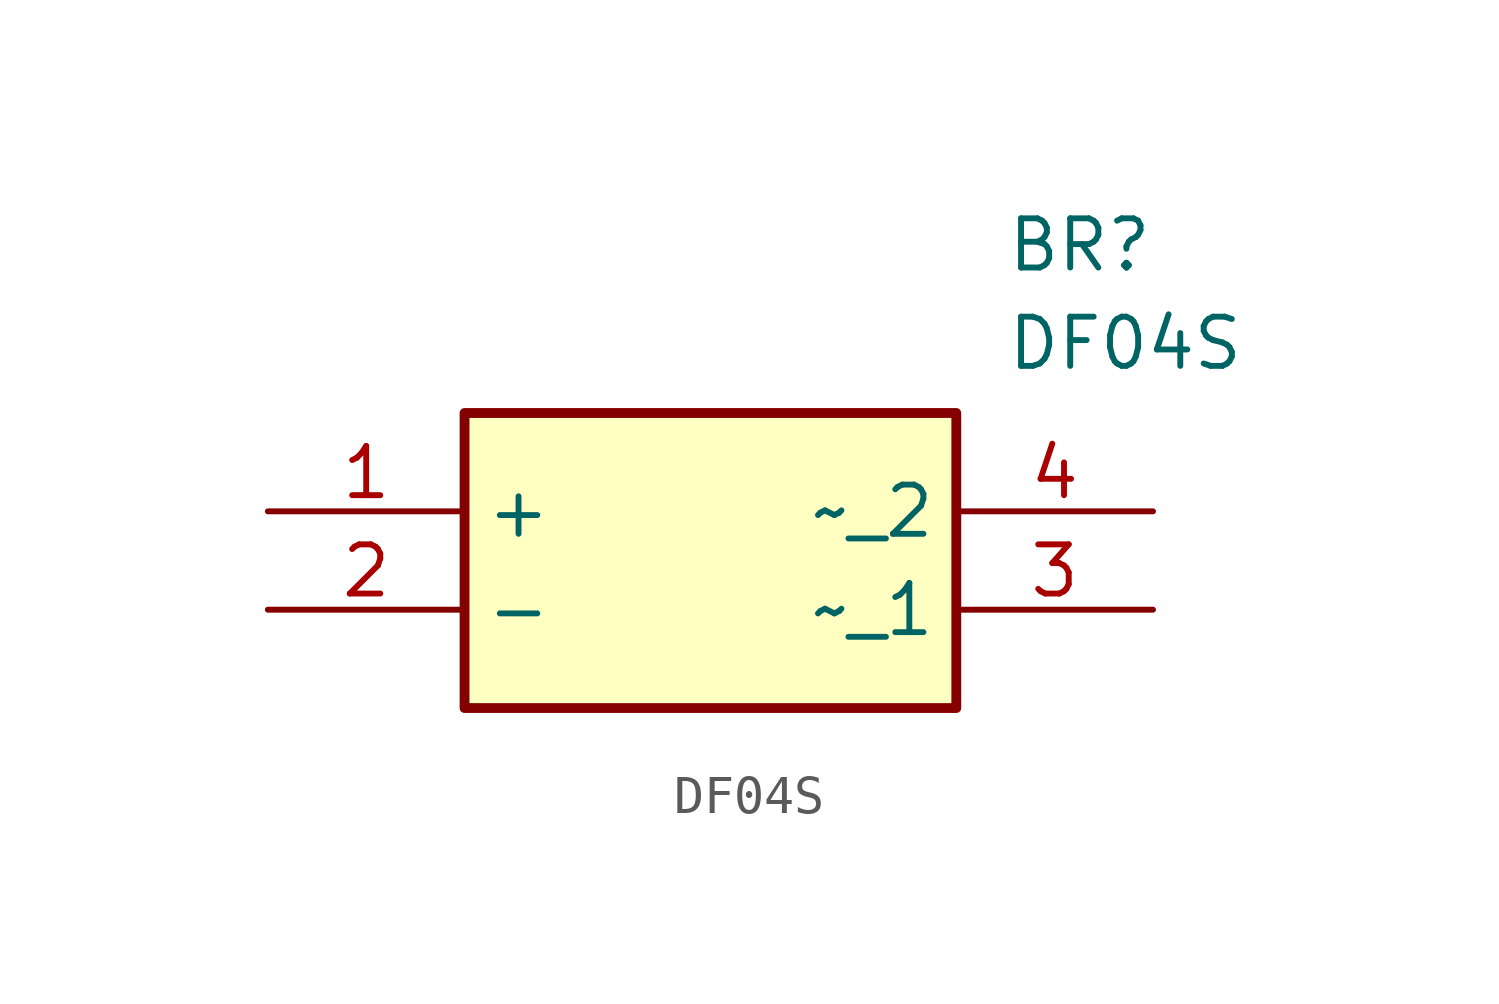
<source format=kicad_sym>
(kicad_symbol_lib
  (version 20231120)
  (generator "kicad_symbol_editor")
  (generator_version "8.0")
  (symbol "DF04S"
    (property "Reference" "BR"
      (at 19.05 7.62 0)
      (effects (font (size 1.27 1.27)) (justify left top)))
    (property "Value" "DF04S"
      (at 19.05 5.08 0)
      (effects (font (size 1.27 1.27)) (justify left top)))
    (symbol "DF04S_1_1"
      (rectangle (start 5.08 2.54) (end 17.78 -5.08) (stroke (width 0.254) (type default)) (fill (type background)))
      (pin passive line (at 0 0 0) (length 5.08) (name "+" (effects (font (size 1.27 1.27)))) (number "1" (effects (font (size 1.27 1.27)))))
      (pin passive line (at 0 -2.54 0) (length 5.08) (name "-" (effects (font (size 1.27 1.27)))) (number "2" (effects (font (size 1.27 1.27)))))
      (pin passive line (at 22.86 -2.54 180) (length 5.08) (name "~_1" (effects (font (size 1.27 1.27)))) (number "3" (effects (font (size 1.27 1.27)))))
      (pin passive line (at 22.86 0 180) (length 5.08) (name "~_2" (effects (font (size 1.27 1.27)))) (number "4" (effects (font (size 1.27 1.27))))))))
</source>
